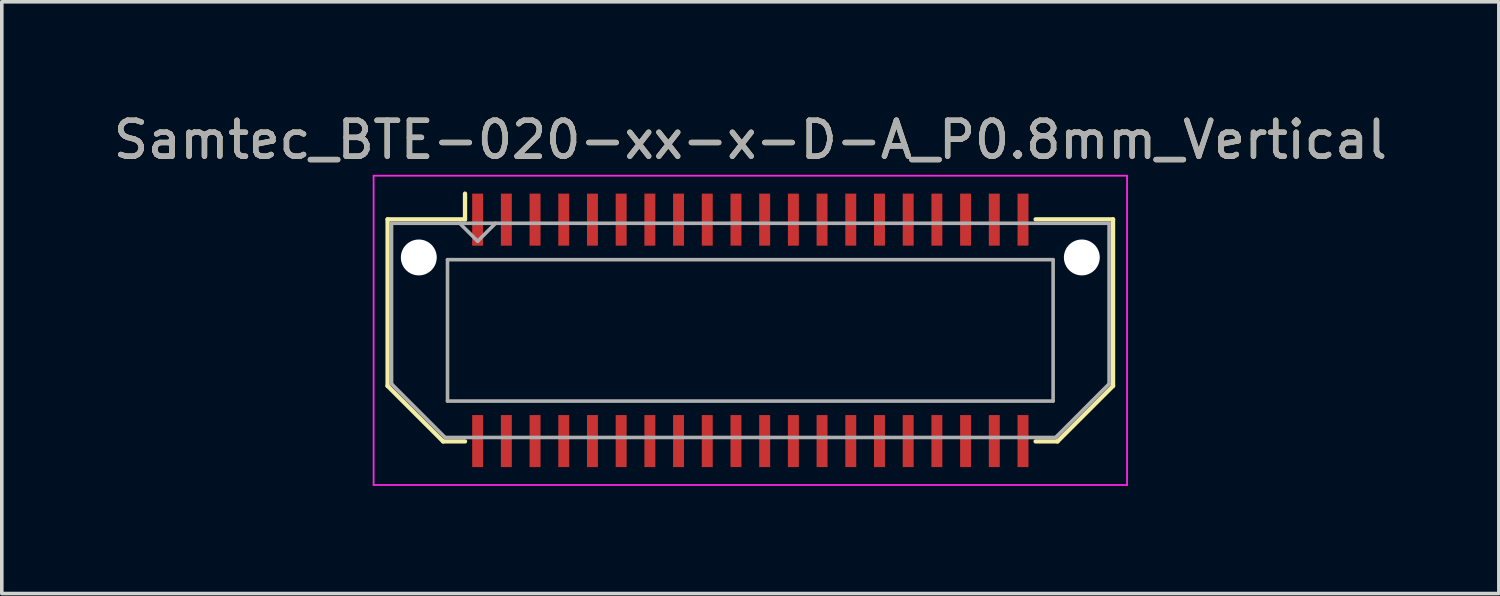
<source format=kicad_pcb>
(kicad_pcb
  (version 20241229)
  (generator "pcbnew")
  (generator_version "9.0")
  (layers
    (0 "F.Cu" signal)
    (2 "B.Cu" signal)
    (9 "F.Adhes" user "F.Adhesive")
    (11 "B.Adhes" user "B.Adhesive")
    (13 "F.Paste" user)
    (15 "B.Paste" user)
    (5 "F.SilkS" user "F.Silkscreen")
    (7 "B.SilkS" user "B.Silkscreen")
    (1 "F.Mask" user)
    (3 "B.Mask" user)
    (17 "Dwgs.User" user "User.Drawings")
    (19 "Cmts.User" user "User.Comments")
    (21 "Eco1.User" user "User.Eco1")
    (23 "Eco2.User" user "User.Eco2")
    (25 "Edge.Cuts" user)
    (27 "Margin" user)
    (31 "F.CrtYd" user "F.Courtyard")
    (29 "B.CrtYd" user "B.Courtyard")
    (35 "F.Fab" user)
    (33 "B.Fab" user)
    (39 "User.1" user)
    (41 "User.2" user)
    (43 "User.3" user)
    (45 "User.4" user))
  (footprint "Samtec_BTE-020-xx-x-D-A_P0.8mm_Vertical"
    (layer "F.Cu")
    (at 17.863 6.158)
    (property "Reference" "Samtec_BTE-020-xx-x-D-A_P0.8mm_Vertical" (at 0 -5.31 0) (layer "F.SilkS") (effects (font (size 1 1) (thickness 0.15))))
    (attr smd)
    (fp_line (start -10.11 -3.095) (end -10.11 1.548) (stroke (width 0.12) (type solid)) (layer "F.SilkS"))
    (fp_line (start -10.11 1.548) (end -8.562 3.095) (stroke (width 0.12) (type solid)) (layer "F.SilkS"))
    (fp_line (start -8.562 3.095) (end -7.952 3.095) (stroke (width 0.12) (type solid)) (layer "F.SilkS"))
    (fp_line (start -7.952 -3.811) (end -7.952 -3.095) (stroke (width 0.12) (type solid)) (layer "F.SilkS"))
    (fp_line (start -7.952 -3.095) (end -10.11 -3.095) (stroke (width 0.12) (type solid)) (layer "F.SilkS"))
    (fp_line (start 7.952 -3.095) (end 10.11 -3.095) (stroke (width 0.12) (type solid)) (layer "F.SilkS"))
    (fp_line (start 8.562 3.095) (end 7.952 3.095) (stroke (width 0.12) (type solid)) (layer "F.SilkS"))
    (fp_line (start 10.11 -3.095) (end 10.11 1.548) (stroke (width 0.12) (type solid)) (layer "F.SilkS"))
    (fp_line (start 10.11 1.548) (end 8.562 3.095) (stroke (width 0.12) (type solid)) (layer "F.SilkS"))
    (fp_line (start -10.5 -4.31) (end -10.5 4.31) (stroke (width 0.05) (type solid)) (layer "F.CrtYd"))
    (fp_line (start -10.5 4.31) (end 10.5 4.31) (stroke (width 0.05) (type solid)) (layer "F.CrtYd"))
    (fp_line (start 10.5 -4.31) (end -10.5 -4.31) (stroke (width 0.05) (type solid)) (layer "F.CrtYd"))
    (fp_line (start 10.5 4.31) (end 10.5 -4.31) (stroke (width 0.05) (type solid)) (layer "F.CrtYd"))
    (fp_line (start -10 -2.985) (end -10 1.492) (stroke (width 0.1) (type solid)) (layer "F.Fab"))
    (fp_line (start -10 -2.985) (end 10 -2.985) (stroke (width 0.1) (type solid)) (layer "F.Fab"))
    (fp_line (start -10 1.492) (end -8.508 2.985) (stroke (width 0.1) (type solid)) (layer "F.Fab"))
    (fp_line (start -8.508 2.985) (end 8.508 2.985) (stroke (width 0.1) (type solid)) (layer "F.Fab"))
    (fp_line (start -8.44 -1.97) (end -8.44 1.97) (stroke (width 0.1) (type solid)) (layer "F.Fab"))
    (fp_line (start -8.44 1.97) (end 8.44 1.97) (stroke (width 0.1) (type solid)) (layer "F.Fab"))
    (fp_line (start -7.6 -2.485) (end -8.1 -2.985) (stroke (width 0.1) (type solid)) (layer "F.Fab"))
    (fp_line (start -7.1 -2.985) (end -7.6 -2.485) (stroke (width 0.1) (type solid)) (layer "F.Fab"))
    (fp_line (start 8.44 -1.97) (end -8.44 -1.97) (stroke (width 0.1) (type solid)) (layer "F.Fab"))
    (fp_line (start 8.44 1.97) (end 8.44 -1.97) (stroke (width 0.1) (type solid)) (layer "F.Fab"))
    (fp_line (start 10 -2.985) (end 10 1.492) (stroke (width 0.1) (type solid)) (layer "F.Fab"))
    (fp_line (start 10 1.492) (end 8.508 2.985) (stroke (width 0.1) (type solid)) (layer "F.Fab"))
    (fp_text user "${REFERENCE}" (at 0 -5.31 0) (layer "F.Fab") (effects (font (size 1 1) (thickness 0.15))))
    (pad "" np_thru_hole circle (at -9.24 -2.032) (size 1 1) (drill 1) (layers "*.Cu" "*.Mask"))
    (pad "" np_thru_hole circle (at 9.24 -2.032) (size 1 1) (drill 1) (layers "*.Cu" "*.Mask"))
    (pad "1" smd rect (at -7.6 -3.086) (size 0.305 1.45) (layers "F.Cu" "F.Mask" "F.Paste"))
    (pad "2" smd rect (at -7.6 3.086) (size 0.305 1.45) (layers "F.Cu" "F.Mask" "F.Paste"))
    (pad "3" smd rect (at -6.8 -3.086) (size 0.305 1.45) (layers "F.Cu" "F.Mask" "F.Paste"))
    (pad "4" smd rect (at -6.8 3.086) (size 0.305 1.45) (layers "F.Cu" "F.Mask" "F.Paste"))
    (pad "5" smd rect (at -6 -3.086) (size 0.305 1.45) (layers "F.Cu" "F.Mask" "F.Paste"))
    (pad "6" smd rect (at -6 3.086) (size 0.305 1.45) (layers "F.Cu" "F.Mask" "F.Paste"))
    (pad "7" smd rect (at -5.2 -3.086) (size 0.305 1.45) (layers "F.Cu" "F.Mask" "F.Paste"))
    (pad "8" smd rect (at -5.2 3.086) (size 0.305 1.45) (layers "F.Cu" "F.Mask" "F.Paste"))
    (pad "9" smd rect (at -4.4 -3.086) (size 0.305 1.45) (layers "F.Cu" "F.Mask" "F.Paste"))
    (pad "10" smd rect (at -4.4 3.086) (size 0.305 1.45) (layers "F.Cu" "F.Mask" "F.Paste"))
    (pad "11" smd rect (at -3.6 -3.086) (size 0.305 1.45) (layers "F.Cu" "F.Mask" "F.Paste"))
    (pad "12" smd rect (at -3.6 3.086) (size 0.305 1.45) (layers "F.Cu" "F.Mask" "F.Paste"))
    (pad "13" smd rect (at -2.8 -3.086) (size 0.305 1.45) (layers "F.Cu" "F.Mask" "F.Paste"))
    (pad "14" smd rect (at -2.8 3.086) (size 0.305 1.45) (layers "F.Cu" "F.Mask" "F.Paste"))
    (pad "15" smd rect (at -2 -3.086) (size 0.305 1.45) (layers "F.Cu" "F.Mask" "F.Paste"))
    (pad "16" smd rect (at -2 3.086) (size 0.305 1.45) (layers "F.Cu" "F.Mask" "F.Paste"))
    (pad "17" smd rect (at -1.2 -3.086) (size 0.305 1.45) (layers "F.Cu" "F.Mask" "F.Paste"))
    (pad "18" smd rect (at -1.2 3.086) (size 0.305 1.45) (layers "F.Cu" "F.Mask" "F.Paste"))
    (pad "19" smd rect (at -0.4 -3.086) (size 0.305 1.45) (layers "F.Cu" "F.Mask" "F.Paste"))
    (pad "20" smd rect (at -0.4 3.086) (size 0.305 1.45) (layers "F.Cu" "F.Mask" "F.Paste"))
    (pad "21" smd rect (at 0.4 -3.086) (size 0.305 1.45) (layers "F.Cu" "F.Mask" "F.Paste"))
    (pad "22" smd rect (at 0.4 3.086) (size 0.305 1.45) (layers "F.Cu" "F.Mask" "F.Paste"))
    (pad "23" smd rect (at 1.2 -3.086) (size 0.305 1.45) (layers "F.Cu" "F.Mask" "F.Paste"))
    (pad "24" smd rect (at 1.2 3.086) (size 0.305 1.45) (layers "F.Cu" "F.Mask" "F.Paste"))
    (pad "25" smd rect (at 2 -3.086) (size 0.305 1.45) (layers "F.Cu" "F.Mask" "F.Paste"))
    (pad "26" smd rect (at 2 3.086) (size 0.305 1.45) (layers "F.Cu" "F.Mask" "F.Paste"))
    (pad "27" smd rect (at 2.8 -3.086) (size 0.305 1.45) (layers "F.Cu" "F.Mask" "F.Paste"))
    (pad "28" smd rect (at 2.8 3.086) (size 0.305 1.45) (layers "F.Cu" "F.Mask" "F.Paste"))
    (pad "29" smd rect (at 3.6 -3.086) (size 0.305 1.45) (layers "F.Cu" "F.Mask" "F.Paste"))
    (pad "30" smd rect (at 3.6 3.086) (size 0.305 1.45) (layers "F.Cu" "F.Mask" "F.Paste"))
    (pad "31" smd rect (at 4.4 -3.086) (size 0.305 1.45) (layers "F.Cu" "F.Mask" "F.Paste"))
    (pad "32" smd rect (at 4.4 3.086) (size 0.305 1.45) (layers "F.Cu" "F.Mask" "F.Paste"))
    (pad "33" smd rect (at 5.2 -3.086) (size 0.305 1.45) (layers "F.Cu" "F.Mask" "F.Paste"))
    (pad "34" smd rect (at 5.2 3.086) (size 0.305 1.45) (layers "F.Cu" "F.Mask" "F.Paste"))
    (pad "35" smd rect (at 6 -3.086) (size 0.305 1.45) (layers "F.Cu" "F.Mask" "F.Paste"))
    (pad "36" smd rect (at 6 3.086) (size 0.305 1.45) (layers "F.Cu" "F.Mask" "F.Paste"))
    (pad "37" smd rect (at 6.8 -3.086) (size 0.305 1.45) (layers "F.Cu" "F.Mask" "F.Paste"))
    (pad "38" smd rect (at 6.8 3.086) (size 0.305 1.45) (layers "F.Cu" "F.Mask" "F.Paste"))
    (pad "39" smd rect (at 7.6 -3.086) (size 0.305 1.45) (layers "F.Cu" "F.Mask" "F.Paste"))
    (pad "40" smd rect (at 7.6 3.086) (size 0.305 1.45) (layers "F.Cu" "F.Mask" "F.Paste")))
  (gr_rect
    (start -3 -3)
    (end 38.726 13.493)
    (stroke (width 0.1) (type default))
    (fill no)
    (layer "Edge.Cuts")))
</source>
